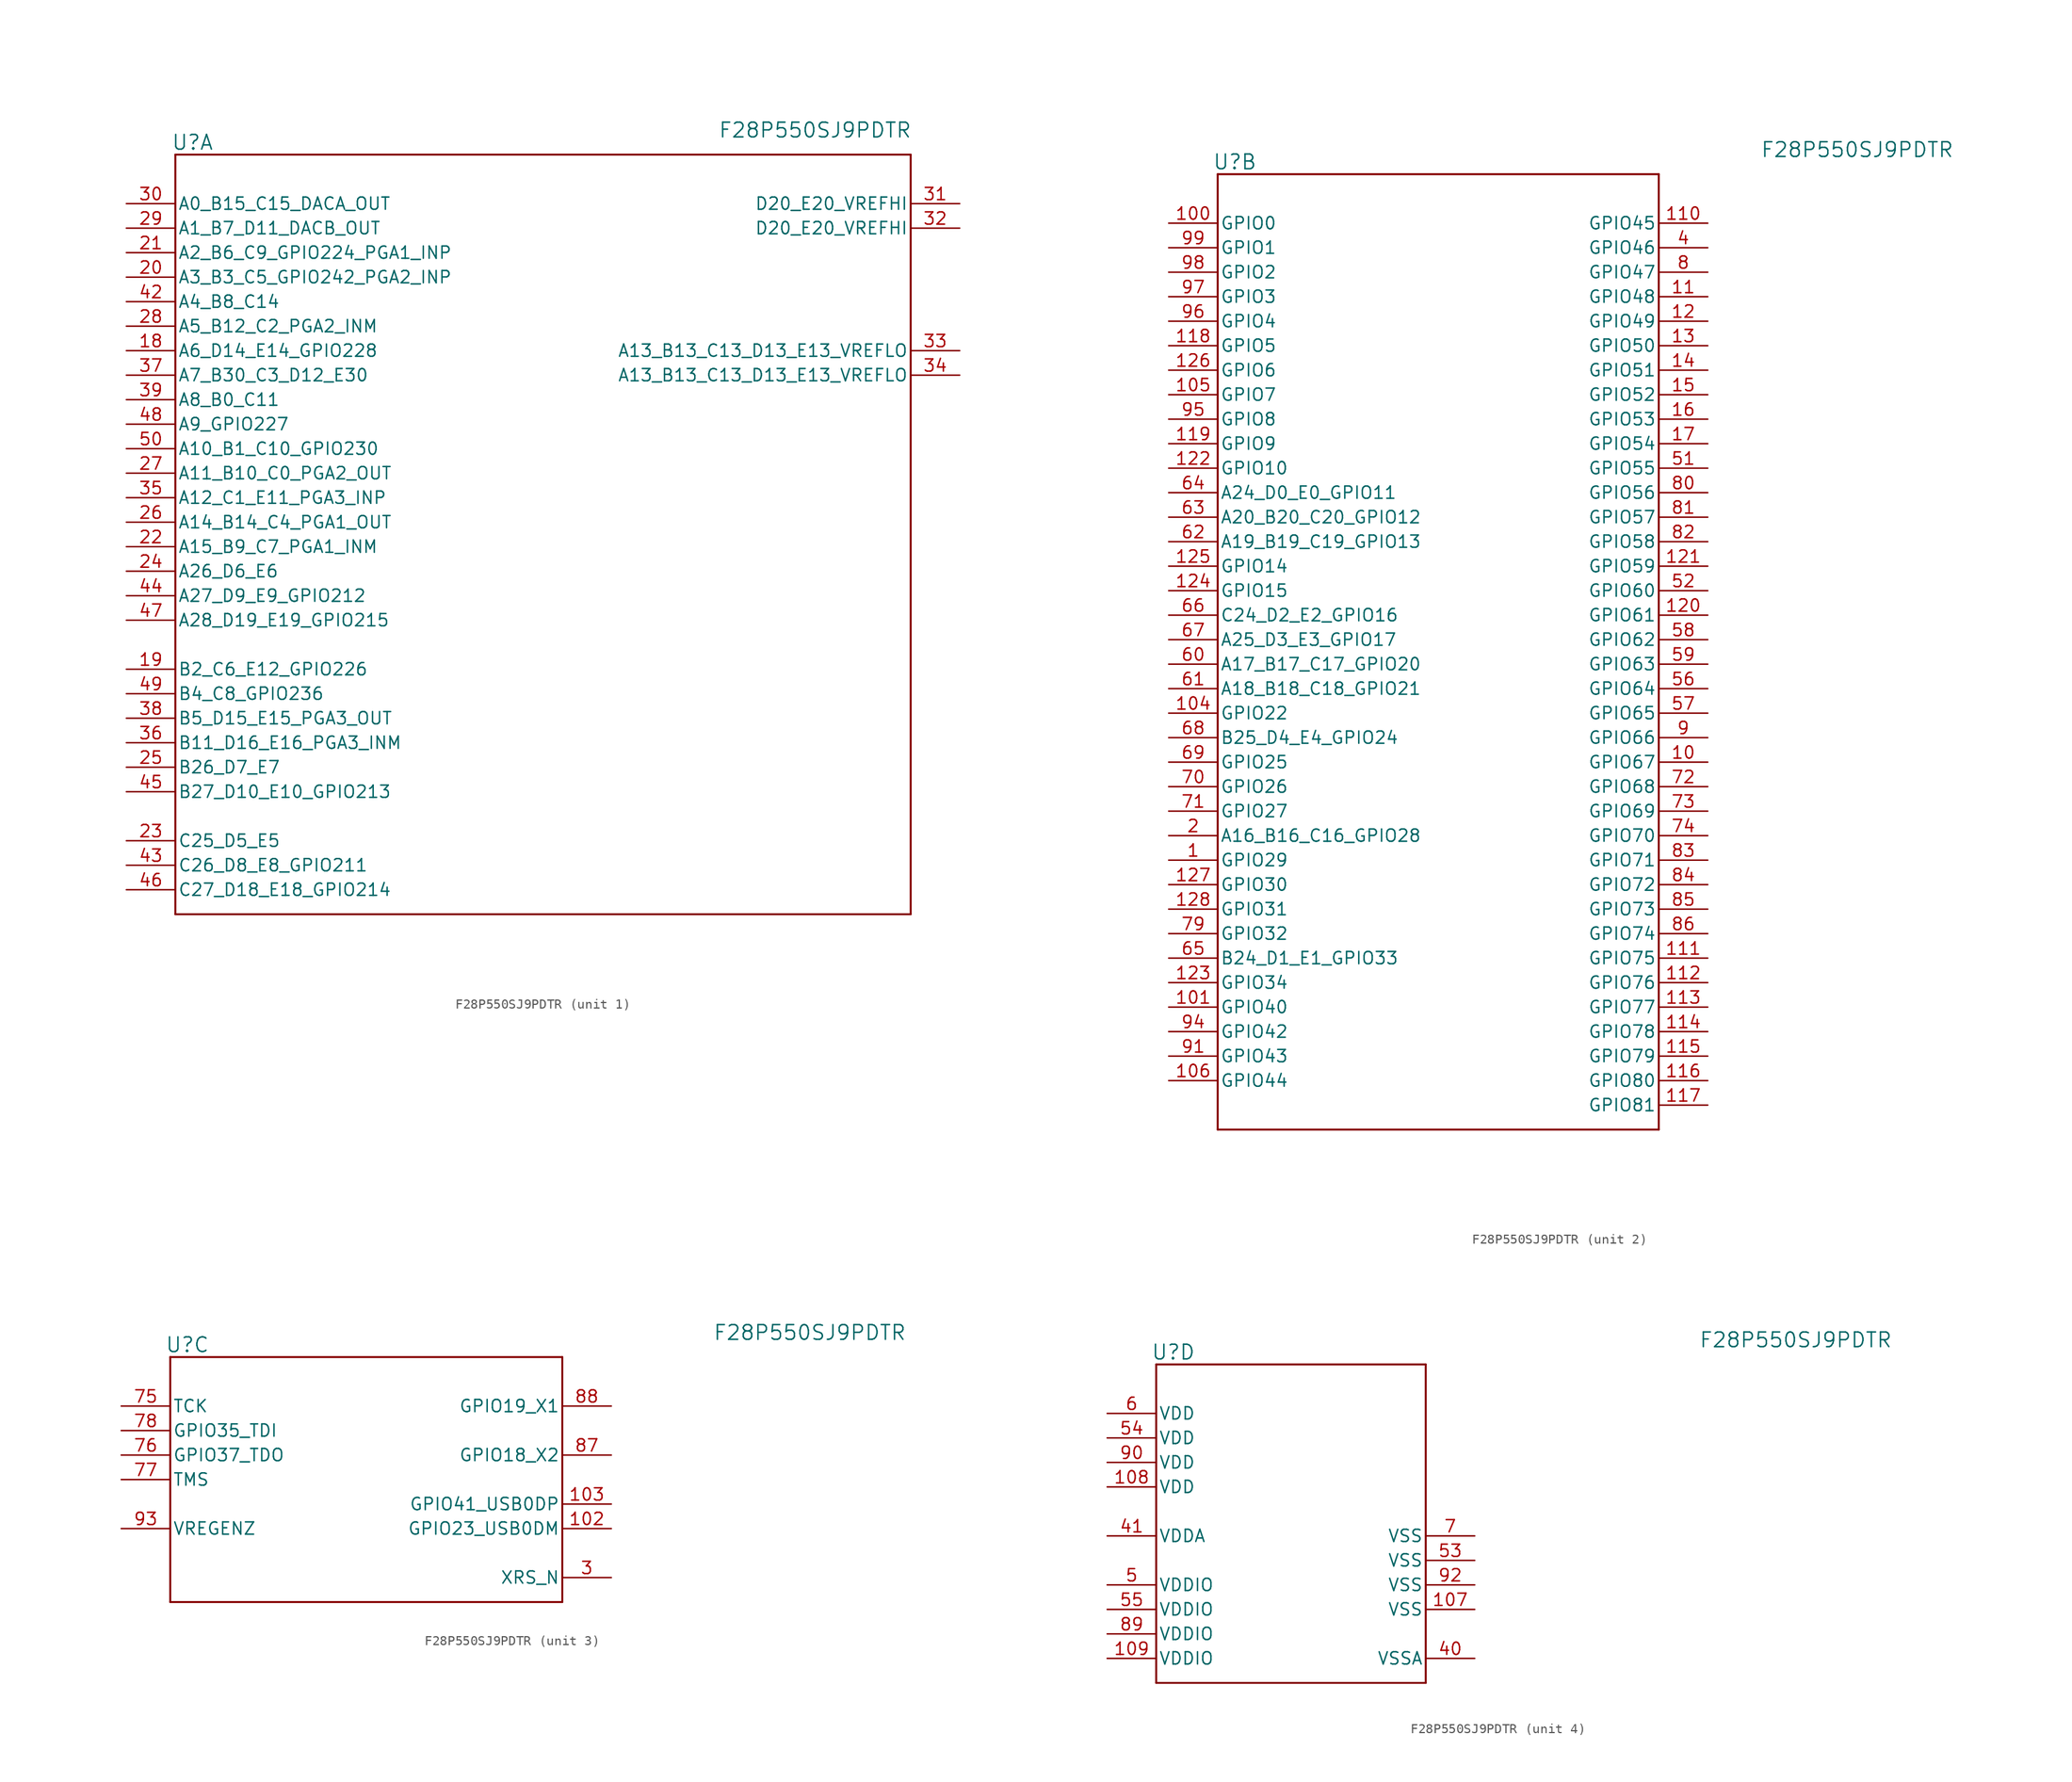
<source format=kicad_sym>
(kicad_symbol_lib
  (version 20241209)
  (generator "kicad_symbol_editor")
  (generator_version "9.0")
  (symbol "F28P550SJ9PDTR"
    (pin_names
      (offset 0.254))
    (property "Reference" "U"
      (at 6.858 6.35 0)
      (effects (font (size 1.524 1.524))))
    (property "Value" "F28P550SJ9PDTR"
      (at 71.374 7.62 0)
      (effects (font (size 1.524 1.524))))
    (property "ki_locked" ""
      (at 0 0 0)
      (effects (font (size 1.27 1.27))))
    (symbol "F28P550SJ9PDTR_1_1"
      (polyline (pts (xy 5.08 5.08) (xy 5.08 -73.66)) (stroke (width 0.203) (type default)) (fill (type none)))
      (polyline (pts (xy 5.08 -73.66) (xy 81.28 -73.66)) (stroke (width 0.203) (type default)) (fill (type none)))
      (polyline (pts (xy 81.28 5.08) (xy 5.08 5.08)) (stroke (width 0.203) (type default)) (fill (type none)))
      (polyline (pts (xy 81.28 -73.66) (xy 81.28 5.08)) (stroke (width 0.203) (type default)) (fill (type none)))
      (pin unspecified line (at 0 0 0) (length 5.08) (name "A0_B15_C15_DACA_OUT" (effects (font (size 1.27 1.27)))) (number "30" (effects (font (size 1.27 1.27)))))
      (pin unspecified line (at 0 -2.54 0) (length 5.08) (name "A1_B7_D11_DACB_OUT" (effects (font (size 1.27 1.27)))) (number "29" (effects (font (size 1.27 1.27)))))
      (pin unspecified line (at 0 -5.08 0) (length 5.08) (name "A2_B6_C9_GPIO224_PGA1_INP" (effects (font (size 1.27 1.27)))) (number "21" (effects (font (size 1.27 1.27)))))
      (pin unspecified line (at 0 -7.62 0) (length 5.08) (name "A3_B3_C5_GPIO242_PGA2_INP" (effects (font (size 1.27 1.27)))) (number "20" (effects (font (size 1.27 1.27)))))
      (pin unspecified line (at 0 -10.16 0) (length 5.08) (name "A4_B8_C14" (effects (font (size 1.27 1.27)))) (number "42" (effects (font (size 1.27 1.27)))))
      (pin unspecified line (at 0 -12.7 0) (length 5.08) (name "A5_B12_C2_PGA2_INM" (effects (font (size 1.27 1.27)))) (number "28" (effects (font (size 1.27 1.27)))))
      (pin bidirectional line (at 0 -15.24 0) (length 5.08) (name "A6_D14_E14_GPIO228" (effects (font (size 1.27 1.27)))) (number "18" (effects (font (size 1.27 1.27)))))
      (pin unspecified line (at 0 -17.78 0) (length 5.08) (name "A7_B30_C3_D12_E30" (effects (font (size 1.27 1.27)))) (number "37" (effects (font (size 1.27 1.27)))))
      (pin unspecified line (at 0 -20.32 0) (length 5.08) (name "A8_B0_C11" (effects (font (size 1.27 1.27)))) (number "39" (effects (font (size 1.27 1.27)))))
      (pin bidirectional line (at 0 -22.86 0) (length 5.08) (name "A9_GPIO227" (effects (font (size 1.27 1.27)))) (number "48" (effects (font (size 1.27 1.27)))))
      (pin bidirectional line (at 0 -25.4 0) (length 5.08) (name "A10_B1_C10_GPIO230" (effects (font (size 1.27 1.27)))) (number "50" (effects (font (size 1.27 1.27)))))
      (pin unspecified line (at 0 -27.94 0) (length 5.08) (name "A11_B10_C0_PGA2_OUT" (effects (font (size 1.27 1.27)))) (number "27" (effects (font (size 1.27 1.27)))))
      (pin unspecified line (at 0 -30.48 0) (length 5.08) (name "A12_C1_E11_PGA3_INP" (effects (font (size 1.27 1.27)))) (number "35" (effects (font (size 1.27 1.27)))))
      (pin unspecified line (at 0 -33.02 0) (length 5.08) (name "A14_B14_C4_PGA1_OUT" (effects (font (size 1.27 1.27)))) (number "26" (effects (font (size 1.27 1.27)))))
      (pin unspecified line (at 0 -35.56 0) (length 5.08) (name "A15_B9_C7_PGA1_INM" (effects (font (size 1.27 1.27)))) (number "22" (effects (font (size 1.27 1.27)))))
      (pin unspecified line (at 0 -38.1 0) (length 5.08) (name "A26_D6_E6" (effects (font (size 1.27 1.27)))) (number "24" (effects (font (size 1.27 1.27)))))
      (pin bidirectional line (at 0 -40.64 0) (length 5.08) (name "A27_D9_E9_GPIO212" (effects (font (size 1.27 1.27)))) (number "44" (effects (font (size 1.27 1.27)))))
      (pin bidirectional line (at 0 -43.18 0) (length 5.08) (name "A28_D19_E19_GPIO215" (effects (font (size 1.27 1.27)))) (number "47" (effects (font (size 1.27 1.27)))))
      (pin bidirectional line (at 0 -48.26 0) (length 5.08) (name "B2_C6_E12_GPIO226" (effects (font (size 1.27 1.27)))) (number "19" (effects (font (size 1.27 1.27)))))
      (pin bidirectional line (at 0 -50.8 0) (length 5.08) (name "B4_C8_GPIO236" (effects (font (size 1.27 1.27)))) (number "49" (effects (font (size 1.27 1.27)))))
      (pin unspecified line (at 0 -53.34 0) (length 5.08) (name "B5_D15_E15_PGA3_OUT" (effects (font (size 1.27 1.27)))) (number "38" (effects (font (size 1.27 1.27)))))
      (pin unspecified line (at 0 -55.88 0) (length 5.08) (name "B11_D16_E16_PGA3_INM" (effects (font (size 1.27 1.27)))) (number "36" (effects (font (size 1.27 1.27)))))
      (pin unspecified line (at 0 -58.42 0) (length 5.08) (name "B26_D7_E7" (effects (font (size 1.27 1.27)))) (number "25" (effects (font (size 1.27 1.27)))))
      (pin bidirectional line (at 0 -60.96 0) (length 5.08) (name "B27_D10_E10_GPIO213" (effects (font (size 1.27 1.27)))) (number "45" (effects (font (size 1.27 1.27)))))
      (pin unspecified line (at 0 -66.04 0) (length 5.08) (name "C25_D5_E5" (effects (font (size 1.27 1.27)))) (number "23" (effects (font (size 1.27 1.27)))))
      (pin bidirectional line (at 0 -68.58 0) (length 5.08) (name "C26_D8_E8_GPIO211" (effects (font (size 1.27 1.27)))) (number "43" (effects (font (size 1.27 1.27)))))
      (pin bidirectional line (at 0 -71.12 0) (length 5.08) (name "C27_D18_E18_GPIO214" (effects (font (size 1.27 1.27)))) (number "46" (effects (font (size 1.27 1.27)))))
      (pin unspecified line (at 86.36 0 180) (length 5.08) (name "D20_E20_VREFHI" (effects (font (size 1.27 1.27)))) (number "31" (effects (font (size 1.27 1.27)))))
      (pin unspecified line (at 86.36 -2.54 180) (length 5.08) (name "D20_E20_VREFHI" (effects (font (size 1.27 1.27)))) (number "32" (effects (font (size 1.27 1.27)))))
      (pin unspecified line (at 86.36 -15.24 180) (length 5.08) (name "A13_B13_C13_D13_E13_VREFLO" (effects (font (size 1.27 1.27)))) (number "33" (effects (font (size 1.27 1.27)))))
      (pin unspecified line (at 86.36 -17.78 180) (length 5.08) (name "A13_B13_C13_D13_E13_VREFLO" (effects (font (size 1.27 1.27)))) (number "34" (effects (font (size 1.27 1.27))))))
    (symbol "F28P550SJ9PDTR_2_1"
      (polyline (pts (xy 5.08 5.08) (xy 5.08 -93.98)) (stroke (width 0.203) (type default)) (fill (type none)))
      (polyline (pts (xy 5.08 -93.98) (xy 50.8 -93.98)) (stroke (width 0.203) (type default)) (fill (type none)))
      (polyline (pts (xy 50.8 5.08) (xy 5.08 5.08)) (stroke (width 0.203) (type default)) (fill (type none)))
      (polyline (pts (xy 50.8 -93.98) (xy 50.8 5.08)) (stroke (width 0.203) (type default)) (fill (type none)))
      (pin bidirectional line (at 0 0 0) (length 5.08) (name "GPIO0" (effects (font (size 1.27 1.27)))) (number "100" (effects (font (size 1.27 1.27)))))
      (pin bidirectional line (at 0 -2.54 0) (length 5.08) (name "GPIO1" (effects (font (size 1.27 1.27)))) (number "99" (effects (font (size 1.27 1.27)))))
      (pin bidirectional line (at 0 -5.08 0) (length 5.08) (name "GPIO2" (effects (font (size 1.27 1.27)))) (number "98" (effects (font (size 1.27 1.27)))))
      (pin bidirectional line (at 0 -7.62 0) (length 5.08) (name "GPIO3" (effects (font (size 1.27 1.27)))) (number "97" (effects (font (size 1.27 1.27)))))
      (pin bidirectional line (at 0 -10.16 0) (length 5.08) (name "GPIO4" (effects (font (size 1.27 1.27)))) (number "96" (effects (font (size 1.27 1.27)))))
      (pin bidirectional line (at 0 -12.7 0) (length 5.08) (name "GPIO5" (effects (font (size 1.27 1.27)))) (number "118" (effects (font (size 1.27 1.27)))))
      (pin bidirectional line (at 0 -15.24 0) (length 5.08) (name "GPIO6" (effects (font (size 1.27 1.27)))) (number "126" (effects (font (size 1.27 1.27)))))
      (pin bidirectional line (at 0 -17.78 0) (length 5.08) (name "GPIO7" (effects (font (size 1.27 1.27)))) (number "105" (effects (font (size 1.27 1.27)))))
      (pin bidirectional line (at 0 -20.32 0) (length 5.08) (name "GPIO8" (effects (font (size 1.27 1.27)))) (number "95" (effects (font (size 1.27 1.27)))))
      (pin bidirectional line (at 0 -22.86 0) (length 5.08) (name "GPIO9" (effects (font (size 1.27 1.27)))) (number "119" (effects (font (size 1.27 1.27)))))
      (pin bidirectional line (at 0 -25.4 0) (length 5.08) (name "GPIO10" (effects (font (size 1.27 1.27)))) (number "122" (effects (font (size 1.27 1.27)))))
      (pin bidirectional line (at 0 -27.94 0) (length 5.08) (name "A24_D0_E0_GPIO11" (effects (font (size 1.27 1.27)))) (number "64" (effects (font (size 1.27 1.27)))))
      (pin bidirectional line (at 0 -30.48 0) (length 5.08) (name "A20_B20_C20_GPIO12" (effects (font (size 1.27 1.27)))) (number "63" (effects (font (size 1.27 1.27)))))
      (pin bidirectional line (at 0 -33.02 0) (length 5.08) (name "A19_B19_C19_GPIO13" (effects (font (size 1.27 1.27)))) (number "62" (effects (font (size 1.27 1.27)))))
      (pin bidirectional line (at 0 -35.56 0) (length 5.08) (name "GPIO14" (effects (font (size 1.27 1.27)))) (number "125" (effects (font (size 1.27 1.27)))))
      (pin bidirectional line (at 0 -38.1 0) (length 5.08) (name "GPIO15" (effects (font (size 1.27 1.27)))) (number "124" (effects (font (size 1.27 1.27)))))
      (pin bidirectional line (at 0 -40.64 0) (length 5.08) (name "C24_D2_E2_GPIO16" (effects (font (size 1.27 1.27)))) (number "66" (effects (font (size 1.27 1.27)))))
      (pin bidirectional line (at 0 -43.18 0) (length 5.08) (name "A25_D3_E3_GPIO17" (effects (font (size 1.27 1.27)))) (number "67" (effects (font (size 1.27 1.27)))))
      (pin bidirectional line (at 0 -45.72 0) (length 5.08) (name "A17_B17_C17_GPIO20" (effects (font (size 1.27 1.27)))) (number "60" (effects (font (size 1.27 1.27)))))
      (pin bidirectional line (at 0 -48.26 0) (length 5.08) (name "A18_B18_C18_GPIO21" (effects (font (size 1.27 1.27)))) (number "61" (effects (font (size 1.27 1.27)))))
      (pin bidirectional line (at 0 -50.8 0) (length 5.08) (name "GPIO22" (effects (font (size 1.27 1.27)))) (number "104" (effects (font (size 1.27 1.27)))))
      (pin bidirectional line (at 0 -53.34 0) (length 5.08) (name "B25_D4_E4_GPIO24" (effects (font (size 1.27 1.27)))) (number "68" (effects (font (size 1.27 1.27)))))
      (pin bidirectional line (at 0 -55.88 0) (length 5.08) (name "GPIO25" (effects (font (size 1.27 1.27)))) (number "69" (effects (font (size 1.27 1.27)))))
      (pin bidirectional line (at 0 -58.42 0) (length 5.08) (name "GPIO26" (effects (font (size 1.27 1.27)))) (number "70" (effects (font (size 1.27 1.27)))))
      (pin bidirectional line (at 0 -60.96 0) (length 5.08) (name "GPIO27" (effects (font (size 1.27 1.27)))) (number "71" (effects (font (size 1.27 1.27)))))
      (pin bidirectional line (at 0 -63.5 0) (length 5.08) (name "A16_B16_C16_GPIO28" (effects (font (size 1.27 1.27)))) (number "2" (effects (font (size 1.27 1.27)))))
      (pin bidirectional line (at 0 -66.04 0) (length 5.08) (name "GPIO29" (effects (font (size 1.27 1.27)))) (number "1" (effects (font (size 1.27 1.27)))))
      (pin bidirectional line (at 0 -68.58 0) (length 5.08) (name "GPIO30" (effects (font (size 1.27 1.27)))) (number "127" (effects (font (size 1.27 1.27)))))
      (pin bidirectional line (at 0 -71.12 0) (length 5.08) (name "GPIO31" (effects (font (size 1.27 1.27)))) (number "128" (effects (font (size 1.27 1.27)))))
      (pin bidirectional line (at 0 -73.66 0) (length 5.08) (name "GPIO32" (effects (font (size 1.27 1.27)))) (number "79" (effects (font (size 1.27 1.27)))))
      (pin bidirectional line (at 0 -76.2 0) (length 5.08) (name "B24_D1_E1_GPIO33" (effects (font (size 1.27 1.27)))) (number "65" (effects (font (size 1.27 1.27)))))
      (pin bidirectional line (at 0 -78.74 0) (length 5.08) (name "GPIO34" (effects (font (size 1.27 1.27)))) (number "123" (effects (font (size 1.27 1.27)))))
      (pin bidirectional line (at 0 -81.28 0) (length 5.08) (name "GPIO40" (effects (font (size 1.27 1.27)))) (number "101" (effects (font (size 1.27 1.27)))))
      (pin bidirectional line (at 0 -83.82 0) (length 5.08) (name "GPIO42" (effects (font (size 1.27 1.27)))) (number "94" (effects (font (size 1.27 1.27)))))
      (pin bidirectional line (at 0 -86.36 0) (length 5.08) (name "GPIO43" (effects (font (size 1.27 1.27)))) (number "91" (effects (font (size 1.27 1.27)))))
      (pin bidirectional line (at 0 -88.9 0) (length 5.08) (name "GPIO44" (effects (font (size 1.27 1.27)))) (number "106" (effects (font (size 1.27 1.27)))))
      (pin bidirectional line (at 55.88 0 180) (length 5.08) (name "GPIO45" (effects (font (size 1.27 1.27)))) (number "110" (effects (font (size 1.27 1.27)))))
      (pin bidirectional line (at 55.88 -2.54 180) (length 5.08) (name "GPIO46" (effects (font (size 1.27 1.27)))) (number "4" (effects (font (size 1.27 1.27)))))
      (pin bidirectional line (at 55.88 -5.08 180) (length 5.08) (name "GPIO47" (effects (font (size 1.27 1.27)))) (number "8" (effects (font (size 1.27 1.27)))))
      (pin bidirectional line (at 55.88 -7.62 180) (length 5.08) (name "GPIO48" (effects (font (size 1.27 1.27)))) (number "11" (effects (font (size 1.27 1.27)))))
      (pin bidirectional line (at 55.88 -10.16 180) (length 5.08) (name "GPIO49" (effects (font (size 1.27 1.27)))) (number "12" (effects (font (size 1.27 1.27)))))
      (pin bidirectional line (at 55.88 -12.7 180) (length 5.08) (name "GPIO50" (effects (font (size 1.27 1.27)))) (number "13" (effects (font (size 1.27 1.27)))))
      (pin bidirectional line (at 55.88 -15.24 180) (length 5.08) (name "GPIO51" (effects (font (size 1.27 1.27)))) (number "14" (effects (font (size 1.27 1.27)))))
      (pin bidirectional line (at 55.88 -17.78 180) (length 5.08) (name "GPIO52" (effects (font (size 1.27 1.27)))) (number "15" (effects (font (size 1.27 1.27)))))
      (pin bidirectional line (at 55.88 -20.32 180) (length 5.08) (name "GPIO53" (effects (font (size 1.27 1.27)))) (number "16" (effects (font (size 1.27 1.27)))))
      (pin bidirectional line (at 55.88 -22.86 180) (length 5.08) (name "GPIO54" (effects (font (size 1.27 1.27)))) (number "17" (effects (font (size 1.27 1.27)))))
      (pin bidirectional line (at 55.88 -25.4 180) (length 5.08) (name "GPIO55" (effects (font (size 1.27 1.27)))) (number "51" (effects (font (size 1.27 1.27)))))
      (pin bidirectional line (at 55.88 -27.94 180) (length 5.08) (name "GPIO56" (effects (font (size 1.27 1.27)))) (number "80" (effects (font (size 1.27 1.27)))))
      (pin bidirectional line (at 55.88 -30.48 180) (length 5.08) (name "GPIO57" (effects (font (size 1.27 1.27)))) (number "81" (effects (font (size 1.27 1.27)))))
      (pin bidirectional line (at 55.88 -33.02 180) (length 5.08) (name "GPIO58" (effects (font (size 1.27 1.27)))) (number "82" (effects (font (size 1.27 1.27)))))
      (pin bidirectional line (at 55.88 -35.56 180) (length 5.08) (name "GPIO59" (effects (font (size 1.27 1.27)))) (number "121" (effects (font (size 1.27 1.27)))))
      (pin bidirectional line (at 55.88 -38.1 180) (length 5.08) (name "GPIO60" (effects (font (size 1.27 1.27)))) (number "52" (effects (font (size 1.27 1.27)))))
      (pin bidirectional line (at 55.88 -40.64 180) (length 5.08) (name "GPIO61" (effects (font (size 1.27 1.27)))) (number "120" (effects (font (size 1.27 1.27)))))
      (pin bidirectional line (at 55.88 -43.18 180) (length 5.08) (name "GPIO62" (effects (font (size 1.27 1.27)))) (number "58" (effects (font (size 1.27 1.27)))))
      (pin bidirectional line (at 55.88 -45.72 180) (length 5.08) (name "GPIO63" (effects (font (size 1.27 1.27)))) (number "59" (effects (font (size 1.27 1.27)))))
      (pin bidirectional line (at 55.88 -48.26 180) (length 5.08) (name "GPIO64" (effects (font (size 1.27 1.27)))) (number "56" (effects (font (size 1.27 1.27)))))
      (pin bidirectional line (at 55.88 -50.8 180) (length 5.08) (name "GPIO65" (effects (font (size 1.27 1.27)))) (number "57" (effects (font (size 1.27 1.27)))))
      (pin bidirectional line (at 55.88 -53.34 180) (length 5.08) (name "GPIO66" (effects (font (size 1.27 1.27)))) (number "9" (effects (font (size 1.27 1.27)))))
      (pin bidirectional line (at 55.88 -55.88 180) (length 5.08) (name "GPIO67" (effects (font (size 1.27 1.27)))) (number "10" (effects (font (size 1.27 1.27)))))
      (pin bidirectional line (at 55.88 -58.42 180) (length 5.08) (name "GPIO68" (effects (font (size 1.27 1.27)))) (number "72" (effects (font (size 1.27 1.27)))))
      (pin bidirectional line (at 55.88 -60.96 180) (length 5.08) (name "GPIO69" (effects (font (size 1.27 1.27)))) (number "73" (effects (font (size 1.27 1.27)))))
      (pin bidirectional line (at 55.88 -63.5 180) (length 5.08) (name "GPIO70" (effects (font (size 1.27 1.27)))) (number "74" (effects (font (size 1.27 1.27)))))
      (pin bidirectional line (at 55.88 -66.04 180) (length 5.08) (name "GPIO71" (effects (font (size 1.27 1.27)))) (number "83" (effects (font (size 1.27 1.27)))))
      (pin bidirectional line (at 55.88 -68.58 180) (length 5.08) (name "GPIO72" (effects (font (size 1.27 1.27)))) (number "84" (effects (font (size 1.27 1.27)))))
      (pin bidirectional line (at 55.88 -71.12 180) (length 5.08) (name "GPIO73" (effects (font (size 1.27 1.27)))) (number "85" (effects (font (size 1.27 1.27)))))
      (pin bidirectional line (at 55.88 -73.66 180) (length 5.08) (name "GPIO74" (effects (font (size 1.27 1.27)))) (number "86" (effects (font (size 1.27 1.27)))))
      (pin bidirectional line (at 55.88 -76.2 180) (length 5.08) (name "GPIO75" (effects (font (size 1.27 1.27)))) (number "111" (effects (font (size 1.27 1.27)))))
      (pin bidirectional line (at 55.88 -78.74 180) (length 5.08) (name "GPIO76" (effects (font (size 1.27 1.27)))) (number "112" (effects (font (size 1.27 1.27)))))
      (pin bidirectional line (at 55.88 -81.28 180) (length 5.08) (name "GPIO77" (effects (font (size 1.27 1.27)))) (number "113" (effects (font (size 1.27 1.27)))))
      (pin bidirectional line (at 55.88 -83.82 180) (length 5.08) (name "GPIO78" (effects (font (size 1.27 1.27)))) (number "114" (effects (font (size 1.27 1.27)))))
      (pin bidirectional line (at 55.88 -86.36 180) (length 5.08) (name "GPIO79" (effects (font (size 1.27 1.27)))) (number "115" (effects (font (size 1.27 1.27)))))
      (pin bidirectional line (at 55.88 -88.9 180) (length 5.08) (name "GPIO80" (effects (font (size 1.27 1.27)))) (number "116" (effects (font (size 1.27 1.27)))))
      (pin bidirectional line (at 55.88 -91.44 180) (length 5.08) (name "GPIO81" (effects (font (size 1.27 1.27)))) (number "117" (effects (font (size 1.27 1.27))))))
    (symbol "F28P550SJ9PDTR_3_1"
      (polyline (pts (xy 5.08 5.08) (xy 5.08 -20.32)) (stroke (width 0.203) (type default)) (fill (type none)))
      (polyline (pts (xy 5.08 -20.32) (xy 45.72 -20.32)) (stroke (width 0.203) (type default)) (fill (type none)))
      (polyline (pts (xy 45.72 5.08) (xy 5.08 5.08)) (stroke (width 0.203) (type default)) (fill (type none)))
      (polyline (pts (xy 45.72 -20.32) (xy 45.72 5.08)) (stroke (width 0.203) (type default)) (fill (type none)))
      (pin input line (at 0 0 0) (length 5.08) (name "TCK" (effects (font (size 1.27 1.27)))) (number "75" (effects (font (size 1.27 1.27)))))
      (pin bidirectional line (at 0 -2.54 0) (length 5.08) (name "GPIO35_TDI" (effects (font (size 1.27 1.27)))) (number "78" (effects (font (size 1.27 1.27)))))
      (pin bidirectional line (at 0 -5.08 0) (length 5.08) (name "GPIO37_TDO" (effects (font (size 1.27 1.27)))) (number "76" (effects (font (size 1.27 1.27)))))
      (pin input line (at 0 -7.62 0) (length 5.08) (name "TMS" (effects (font (size 1.27 1.27)))) (number "77" (effects (font (size 1.27 1.27)))))
      (pin unspecified line (at 0 -12.7 0) (length 5.08) (name "VREGENZ" (effects (font (size 1.27 1.27)))) (number "93" (effects (font (size 1.27 1.27)))))
      (pin bidirectional line (at 50.8 0 180) (length 5.08) (name "GPIO19_X1" (effects (font (size 1.27 1.27)))) (number "88" (effects (font (size 1.27 1.27)))))
      (pin bidirectional line (at 50.8 -5.08 180) (length 5.08) (name "GPIO18_X2" (effects (font (size 1.27 1.27)))) (number "87" (effects (font (size 1.27 1.27)))))
      (pin bidirectional line (at 50.8 -10.16 180) (length 5.08) (name "GPIO41_USB0DP" (effects (font (size 1.27 1.27)))) (number "103" (effects (font (size 1.27 1.27)))))
      (pin bidirectional line (at 50.8 -12.7 180) (length 5.08) (name "GPIO23_USB0DM" (effects (font (size 1.27 1.27)))) (number "102" (effects (font (size 1.27 1.27)))))
      (pin input line (at 50.8 -17.78 180) (length 5.08) (name "XRS_N" (effects (font (size 1.27 1.27)))) (number "3" (effects (font (size 1.27 1.27))))))
    (symbol "F28P550SJ9PDTR_4_1"
      (polyline (pts (xy 5.08 5.08) (xy 5.08 -27.94)) (stroke (width 0.203) (type default)) (fill (type none)))
      (polyline (pts (xy 5.08 -27.94) (xy 33.02 -27.94)) (stroke (width 0.203) (type default)) (fill (type none)))
      (polyline (pts (xy 33.02 5.08) (xy 5.08 5.08)) (stroke (width 0.203) (type default)) (fill (type none)))
      (polyline (pts (xy 33.02 -27.94) (xy 33.02 5.08)) (stroke (width 0.203) (type default)) (fill (type none)))
      (pin power_in line (at 0 0 0) (length 5.08) (name "VDD" (effects (font (size 1.27 1.27)))) (number "6" (effects (font (size 1.27 1.27)))))
      (pin power_in line (at 0 -2.54 0) (length 5.08) (name "VDD" (effects (font (size 1.27 1.27)))) (number "54" (effects (font (size 1.27 1.27)))))
      (pin power_in line (at 0 -5.08 0) (length 5.08) (name "VDD" (effects (font (size 1.27 1.27)))) (number "90" (effects (font (size 1.27 1.27)))))
      (pin power_in line (at 0 -7.62 0) (length 5.08) (name "VDD" (effects (font (size 1.27 1.27)))) (number "108" (effects (font (size 1.27 1.27)))))
      (pin power_in line (at 0 -12.7 0) (length 5.08) (name "VDDA" (effects (font (size 1.27 1.27)))) (number "41" (effects (font (size 1.27 1.27)))))
      (pin power_in line (at 0 -17.78 0) (length 5.08) (name "VDDIO" (effects (font (size 1.27 1.27)))) (number "5" (effects (font (size 1.27 1.27)))))
      (pin power_in line (at 0 -20.32 0) (length 5.08) (name "VDDIO" (effects (font (size 1.27 1.27)))) (number "55" (effects (font (size 1.27 1.27)))))
      (pin power_in line (at 0 -22.86 0) (length 5.08) (name "VDDIO" (effects (font (size 1.27 1.27)))) (number "89" (effects (font (size 1.27 1.27)))))
      (pin power_in line (at 0 -25.4 0) (length 5.08) (name "VDDIO" (effects (font (size 1.27 1.27)))) (number "109" (effects (font (size 1.27 1.27)))))
      (pin power_in line (at 38.1 -12.7 180) (length 5.08) (name "VSS" (effects (font (size 1.27 1.27)))) (number "7" (effects (font (size 1.27 1.27)))))
      (pin power_in line (at 38.1 -15.24 180) (length 5.08) (name "VSS" (effects (font (size 1.27 1.27)))) (number "53" (effects (font (size 1.27 1.27)))))
      (pin power_in line (at 38.1 -17.78 180) (length 5.08) (name "VSS" (effects (font (size 1.27 1.27)))) (number "92" (effects (font (size 1.27 1.27)))))
      (pin power_in line (at 38.1 -20.32 180) (length 5.08) (name "VSS" (effects (font (size 1.27 1.27)))) (number "107" (effects (font (size 1.27 1.27)))))
      (pin power_in line (at 38.1 -25.4 180) (length 5.08) (name "VSSA" (effects (font (size 1.27 1.27)))) (number "40" (effects (font (size 1.27 1.27))))))))
</source>
